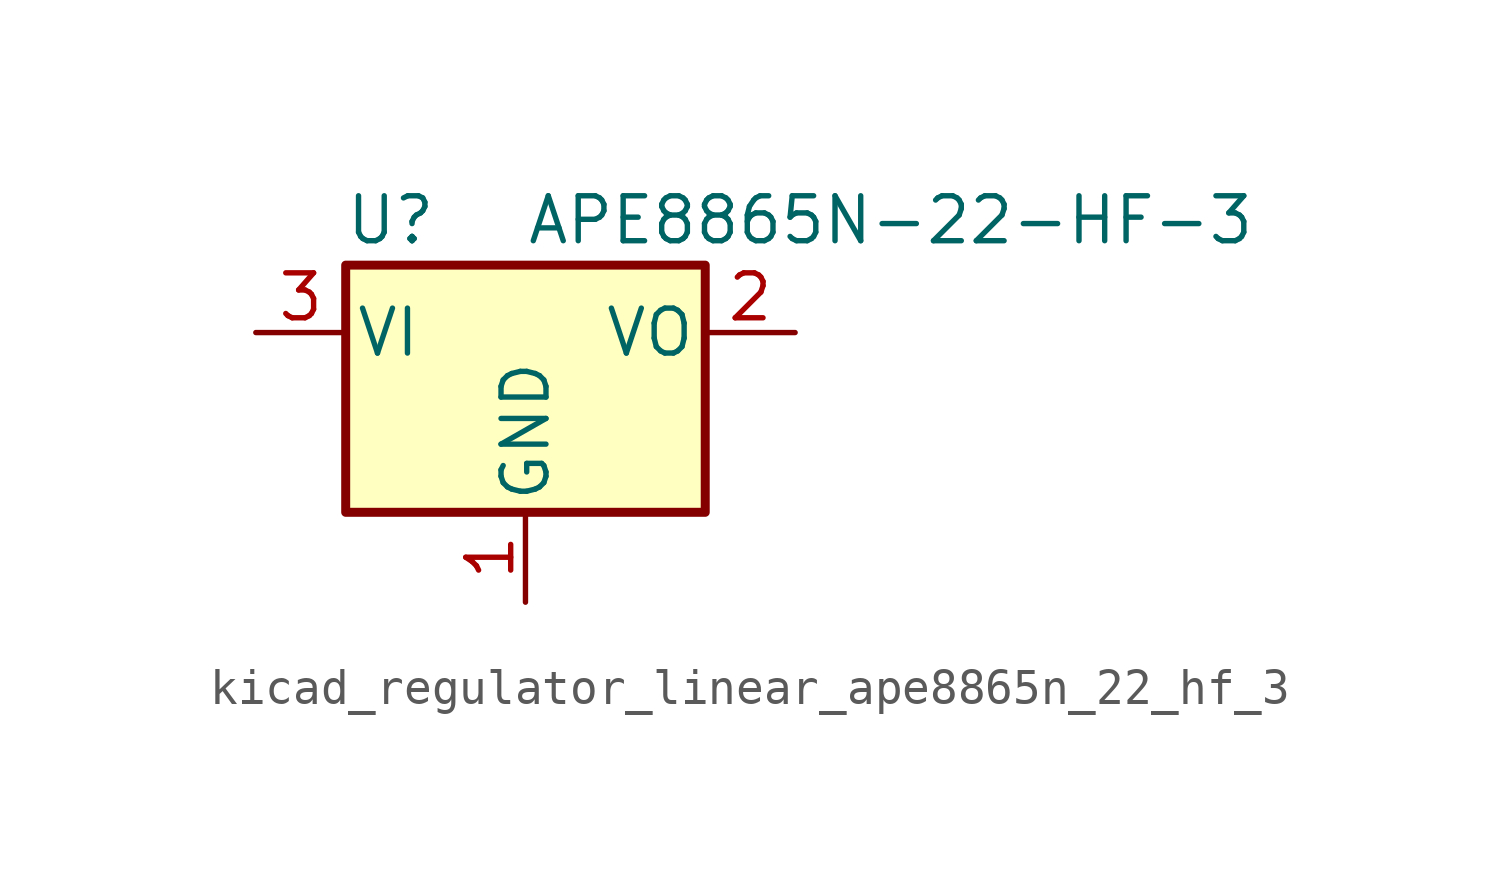
<source format=kicad_sym>
(kicad_symbol_lib
  (version 20220914)
  (generator kicad_symbol_editor)
  (symbol "kicad_regulator_linear_ape8865n_22_hf_3"
    (pin_names
      (offset 0.254))
    (property "Reference" "U"
      (at -3.81 3.175 0)
      (effects (font (size 1.27 1.27))))
    (property "Value" "APE8865N-22-HF-3"
      (at 0 3.175 0)
      (effects (font (size 1.27 1.27)) (justify left)))
    (symbol "kicad_regulator_linear_ape8865n_22_hf_3_0_1"
      (rectangle (start -5.08 1.905) (end 5.08 -5.08) (stroke (width 0.254) (type default)) (fill (type background))))
    (symbol "kicad_regulator_linear_ape8865n_22_hf_3_1_1"
      (pin power_in line (at 0 -7.62 90) (length 2.54) (name "GND" (effects (font (size 1.27 1.27)))) (number "1" (effects (font (size 1.27 1.27)))))
      (pin power_out line (at 7.62 0 180) (length 2.54) (name "VO" (effects (font (size 1.27 1.27)))) (number "2" (effects (font (size 1.27 1.27)))))
      (pin power_in line (at -7.62 0 0) (length 2.54) (name "VI" (effects (font (size 1.27 1.27)))) (number "3" (effects (font (size 1.27 1.27))))))))
</source>
